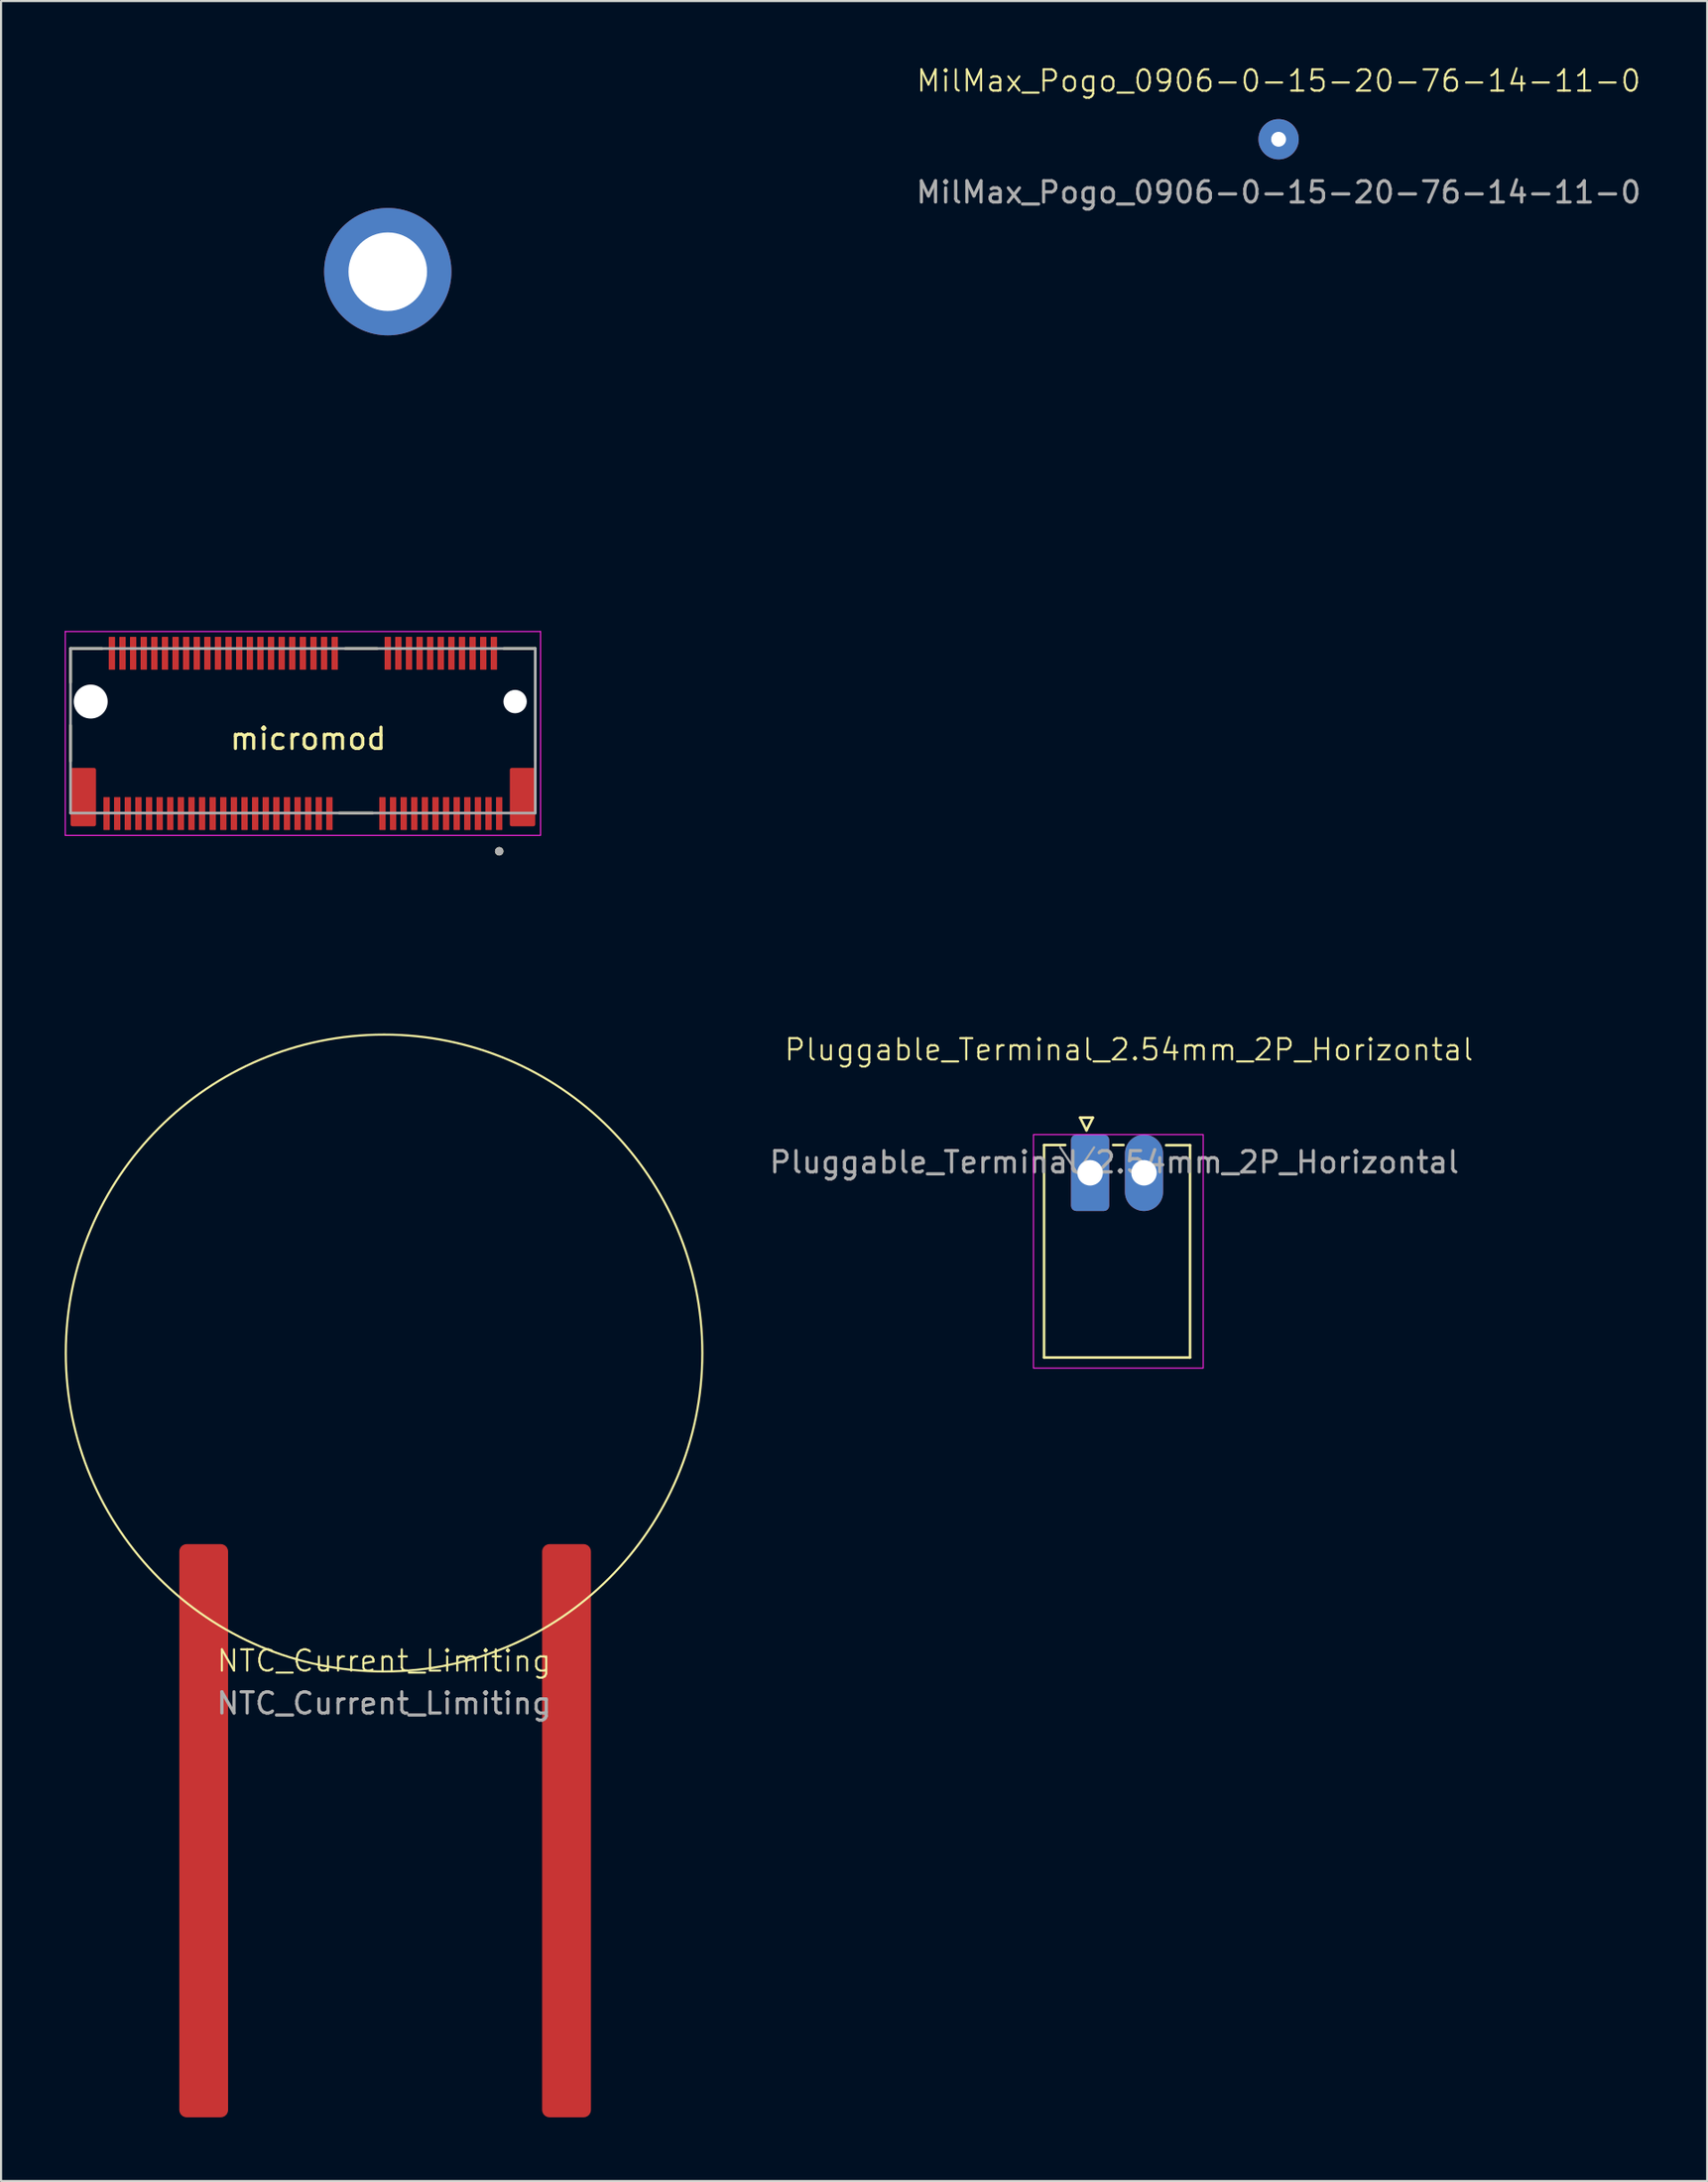
<source format=kicad_pcb>
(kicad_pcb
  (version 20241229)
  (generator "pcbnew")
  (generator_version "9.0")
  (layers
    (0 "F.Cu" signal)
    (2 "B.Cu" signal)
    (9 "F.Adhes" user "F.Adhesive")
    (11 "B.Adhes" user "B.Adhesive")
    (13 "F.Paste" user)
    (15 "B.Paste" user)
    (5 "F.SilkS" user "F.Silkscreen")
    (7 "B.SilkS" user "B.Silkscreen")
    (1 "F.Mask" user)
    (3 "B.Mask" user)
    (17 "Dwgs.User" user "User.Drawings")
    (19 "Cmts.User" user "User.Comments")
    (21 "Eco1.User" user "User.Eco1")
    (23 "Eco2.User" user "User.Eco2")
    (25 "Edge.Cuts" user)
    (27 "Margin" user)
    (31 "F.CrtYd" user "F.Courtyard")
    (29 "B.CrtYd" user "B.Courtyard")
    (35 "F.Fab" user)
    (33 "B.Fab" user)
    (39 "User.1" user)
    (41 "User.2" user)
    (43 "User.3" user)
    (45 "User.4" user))
  (footprint "NTC_Current_Limiting"
    (layer "F.Cu")
    (at 15.05 75.685)
    (property "Reference" "NTC_Current_Limiting" (at 0 -0.5 0) (unlocked yes) (layer "F.SilkS") (effects (font (size 1 1) (thickness 0.1))))
    (attr smd allow_soldermask_bridges)
    (fp_circle (center 0 -15) (end 15 -15) (stroke (width 0.1) (type solid)) (fill no) (layer "F.SilkS"))
    (fp_text user "${REFERENCE}" (at 0 1.5 0) (unlocked yes) (layer "F.Fab") (effects (font (size 1 1) (thickness 0.15))))
    (pad "1" smd roundrect (at 8.6 7.5 90) (size 27 2.3) (layers "F.Cu" "F.Mask" "F.Paste") (roundrect_rratio 0.15))
    (pad "2" smd roundrect (at -8.5 7.5 90) (size 27 2.3) (layers "F.Cu" "F.Mask" "F.Paste") (roundrect_rratio 0.15)))
  (footprint "micromod"
    (layer "F.Cu")
    (at 11.225 21.748)
    (property "Reference" "micromod" (at 0.25 10 0) (unlocked yes) (layer "F.SilkS") (effects (font (size 1 1) (thickness 0.15))))
    (attr smd)
    (fp_line (start -10.95 5.75) (end -10.95 7.35) (stroke (width 0.127) (type solid)) (layer "F.SilkS"))
    (fp_line (start -10.95 11.055) (end -10.95 9.37) (stroke (width 0.127) (type solid)) (layer "F.SilkS"))
    (fp_line (start -9.47 5.75) (end -10.95 5.75) (stroke (width 0.127) (type solid)) (layer "F.SilkS"))
    (fp_line (start 3.28 13.5) (end 1.72 13.5) (stroke (width 0.127) (type solid)) (layer "F.SilkS"))
    (fp_line (start 3.5 5.75) (end 2 5.75) (stroke (width 0.127) (type solid)) (layer "F.SilkS"))
    (fp_line (start 10.95 5.75) (end 9.47 5.75) (stroke (width 0.127) (type solid)) (layer "F.SilkS"))
    (fp_line (start 10.95 5.75) (end 10.95 11.055) (stroke (width 0.127) (type solid)) (layer "F.SilkS"))
    (fp_circle (center 9.25 15.3) (end 9.15 15.3) (stroke (width 0.2) (type solid)) (fill no) (layer "F.SilkS"))
    (fp_line (start -11.2 4.95) (end -11.2 14.55) (stroke (width 0.05) (type solid)) (layer "F.CrtYd"))
    (fp_line (start -11.2 14.55) (end 11.2 14.55) (stroke (width 0.05) (type solid)) (layer "F.CrtYd"))
    (fp_line (start 11.2 4.95) (end -11.2 4.95) (stroke (width 0.05) (type solid)) (layer "F.CrtYd"))
    (fp_line (start 11.2 14.55) (end 11.2 4.95) (stroke (width 0.05) (type solid)) (layer "F.CrtYd"))
    (fp_line (start -10.95 5.75) (end 10.95 5.75) (stroke (width 0.127) (type solid)) (layer "F.Fab"))
    (fp_line (start -10.95 13.5) (end -10.95 5.75) (stroke (width 0.127) (type solid)) (layer "F.Fab"))
    (fp_line (start 10.95 5.75) (end 10.95 13.5) (stroke (width 0.127) (type solid)) (layer "F.Fab"))
    (fp_line (start 10.95 13.5) (end -10.95 13.5) (stroke (width 0.127) (type solid)) (layer "F.Fab"))
    (fp_circle (center 9.25 15.3) (end 9.15 15.3) (stroke (width 0.2) (type solid)) (fill no) (layer "F.Fab"))
    (fp_line (start 10 -12) (end 0 -12) (stroke (width 0.1) (type default)) (layer "User.1"))
    (dimension (type aligned) (layer "User.1") (pts (xy 11.225 9.748) (xy 15.225 9.748)) (height -7.75) (format (prefix "") (suffix "") (units 3) (units_format 1) (precision 4)) (style (thickness 0.1) (arrow_length 1.27) (text_position_mode 0) (arrow_direction outward) (extension_height 0.586) (extension_offset 0.5) (keep_text_aligned yes)) (gr_text "4.0000 mm" (at 13.225 0.848 0) (layer "User.1") (effects (font (size 1 1) (thickness 0.15)))))
    (dimension (type aligned) (layer "User.1") (pts (xy 21.225 29.998) (xy 21.225 31.748)) (height -8.5) (format (prefix "") (suffix "") (units 3) (units_format 1) (precision 4)) (style (thickness 0.1) (arrow_length 1.27) (text_position_mode 0) (arrow_direction outward) (extension_height 0.586) (extension_offset 0.5) (keep_text_aligned yes)) (gr_text "1.7500 mm" (at 28.575 30.873 90) (layer "User.1") (effects (font (size 1 1) (thickness 0.15)))))
    (dimension (type aligned) (layer "User.1") (pts (xy 21.225 29.998) (xy 1.225 29.998)) (height -12) (format (prefix "") (suffix "") (units 3) (units_format 1) (precision 4)) (style (thickness 0.1) (arrow_length 1.27) (text_position_mode 0) (arrow_direction outward) (extension_height 0.586) (extension_offset 0.5) (keep_text_aligned yes)) (gr_text "20.0000 mm" (at 11.225 40.848 0) (layer "User.1") (effects (font (size 1 1) (thickness 0.15)))))
    (dimension (type aligned) (layer "User.1") (pts (xy 21.225 31.748) (xy 21.225 9.748)) (height 12) (format (prefix "") (suffix "") (units 3) (units_format 1) (precision 4)) (style (thickness 0.1) (arrow_length 1.27) (text_position_mode 0) (arrow_direction outward) (extension_height 0.586) (extension_offset 0.5) (keep_text_aligned yes)) (gr_text "22.0000 mm" (at 32.075 20.748 90) (layer "User.1") (effects (font (size 1 1) (thickness 0.15)))))
    (pad "" np_thru_hole circle (at -10 8.25 180) (size 1.6 1.6) (drill 1.6) (layers "*.Cu" "*.Mask"))
    (pad "" np_thru_hole circle (at 10 8.25 180) (size 1.1 1.1) (drill 1.1) (layers "*.Cu" "*.Mask"))
    (pad "1" smd roundrect (at 9.25 13.525 180) (size 0.3 1.55) (layers "F.Cu" "F.Mask" "F.Paste") (roundrect_rratio 0.075))
    (pad "2" smd roundrect (at 9 5.975 180) (size 0.3 1.55) (layers "F.Cu" "F.Mask" "F.Paste") (roundrect_rratio 0.075))
    (pad "3" smd roundrect (at 8.75 13.525 180) (size 0.3 1.55) (layers "F.Cu" "F.Mask" "F.Paste") (roundrect_rratio 0.075))
    (pad "4" smd roundrect (at 8.5 5.975 180) (size 0.3 1.55) (layers "F.Cu" "F.Mask" "F.Paste") (roundrect_rratio 0.075))
    (pad "5" smd roundrect (at 8.25 13.525 180) (size 0.3 1.55) (layers "F.Cu" "F.Mask" "F.Paste") (roundrect_rratio 0.075))
    (pad "6" smd roundrect (at 8 5.975 180) (size 0.3 1.55) (layers "F.Cu" "F.Mask" "F.Paste") (roundrect_rratio 0.075))
    (pad "7" smd roundrect (at 7.75 13.525 180) (size 0.3 1.55) (layers "F.Cu" "F.Mask" "F.Paste") (roundrect_rratio 0.075))
    (pad "8" smd roundrect (at 7.5 5.975 180) (size 0.3 1.55) (layers "F.Cu" "F.Mask" "F.Paste") (roundrect_rratio 0.075))
    (pad "9" smd roundrect (at 7.25 13.525 180) (size 0.3 1.55) (layers "F.Cu" "F.Mask" "F.Paste") (roundrect_rratio 0.075))
    (pad "10" smd roundrect (at 7 5.975 180) (size 0.3 1.55) (layers "F.Cu" "F.Mask" "F.Paste") (roundrect_rratio 0.075))
    (pad "11" smd roundrect (at 6.75 13.525 180) (size 0.3 1.55) (layers "F.Cu" "F.Mask" "F.Paste") (roundrect_rratio 0.075))
    (pad "12" smd roundrect (at 6.5 5.975 180) (size 0.3 1.55) (layers "F.Cu" "F.Mask" "F.Paste") (roundrect_rratio 0.075))
    (pad "13" smd roundrect (at 6.25 13.525 180) (size 0.3 1.55) (layers "F.Cu" "F.Mask" "F.Paste") (roundrect_rratio 0.075))
    (pad "14" smd roundrect (at 6 5.975 180) (size 0.3 1.55) (layers "F.Cu" "F.Mask" "F.Paste") (roundrect_rratio 0.075))
    (pad "15" smd roundrect (at 5.75 13.525 180) (size 0.3 1.55) (layers "F.Cu" "F.Mask" "F.Paste") (roundrect_rratio 0.075))
    (pad "16" smd roundrect (at 5.5 5.975 180) (size 0.3 1.55) (layers "F.Cu" "F.Mask" "F.Paste") (roundrect_rratio 0.075))
    (pad "17" smd roundrect (at 5.25 13.525 180) (size 0.3 1.55) (layers "F.Cu" "F.Mask" "F.Paste") (roundrect_rratio 0.075))
    (pad "18" smd roundrect (at 5 5.975 180) (size 0.3 1.55) (layers "F.Cu" "F.Mask" "F.Paste") (roundrect_rratio 0.075))
    (pad "19" smd roundrect (at 4.75 13.525 180) (size 0.3 1.55) (layers "F.Cu" "F.Mask" "F.Paste") (roundrect_rratio 0.075))
    (pad "20" smd roundrect (at 4.5 5.975 180) (size 0.3 1.55) (layers "F.Cu" "F.Mask" "F.Paste") (roundrect_rratio 0.075))
    (pad "21" smd roundrect (at 4.25 13.525 180) (size 0.3 1.55) (layers "F.Cu" "F.Mask" "F.Paste") (roundrect_rratio 0.075))
    (pad "22" smd roundrect (at 4 5.975 180) (size 0.3 1.55) (layers "F.Cu" "F.Mask" "F.Paste") (roundrect_rratio 0.075))
    (pad "23" smd roundrect (at 3.75 13.525 180) (size 0.3 1.55) (layers "F.Cu" "F.Mask" "F.Paste") (roundrect_rratio 0.075))
    (pad "32" smd roundrect (at 1.5 5.975 180) (size 0.3 1.55) (layers "F.Cu" "F.Mask" "F.Paste") (roundrect_rratio 0.075))
    (pad "33" smd roundrect (at 1.25 13.525 180) (size 0.3 1.55) (layers "F.Cu" "F.Mask" "F.Paste") (roundrect_rratio 0.075))
    (pad "34" smd roundrect (at 1 5.975 180) (size 0.3 1.55) (layers "F.Cu" "F.Mask" "F.Paste") (roundrect_rratio 0.075))
    (pad "35" smd roundrect (at 0.75 13.525 180) (size 0.3 1.55) (layers "F.Cu" "F.Mask" "F.Paste") (roundrect_rratio 0.075))
    (pad "36" smd roundrect (at 0.5 5.975 180) (size 0.3 1.55) (layers "F.Cu" "F.Mask" "F.Paste") (roundrect_rratio 0.075))
    (pad "37" smd roundrect (at 0.25 13.525 180) (size 0.3 1.55) (layers "F.Cu" "F.Mask" "F.Paste") (roundrect_rratio 0.075))
    (pad "38" smd roundrect (at 0 5.975 180) (size 0.3 1.55) (layers "F.Cu" "F.Mask" "F.Paste") (roundrect_rratio 0.075))
    (pad "39" smd roundrect (at -0.25 13.525 180) (size 0.3 1.55) (layers "F.Cu" "F.Mask" "F.Paste") (roundrect_rratio 0.075))
    (pad "40" smd roundrect (at -0.5 5.975 180) (size 0.3 1.55) (layers "F.Cu" "F.Mask" "F.Paste") (roundrect_rratio 0.075))
    (pad "41" smd roundrect (at -0.75 13.525 180) (size 0.3 1.55) (layers "F.Cu" "F.Mask" "F.Paste") (roundrect_rratio 0.075))
    (pad "42" smd roundrect (at -1 5.975 180) (size 0.3 1.55) (layers "F.Cu" "F.Mask" "F.Paste") (roundrect_rratio 0.075))
    (pad "43" smd roundrect (at -1.25 13.525 180) (size 0.3 1.55) (layers "F.Cu" "F.Mask" "F.Paste") (roundrect_rratio 0.075))
    (pad "44" smd roundrect (at -1.5 5.975 180) (size 0.3 1.55) (layers "F.Cu" "F.Mask" "F.Paste") (roundrect_rratio 0.075))
    (pad "45" smd roundrect (at -1.75 13.525 180) (size 0.3 1.55) (layers "F.Cu" "F.Mask" "F.Paste") (roundrect_rratio 0.075))
    (pad "46" smd roundrect (at -2 5.975 180) (size 0.3 1.55) (layers "F.Cu" "F.Mask" "F.Paste") (roundrect_rratio 0.075))
    (pad "47" smd roundrect (at -2.25 13.525 180) (size 0.3 1.55) (layers "F.Cu" "F.Mask" "F.Paste") (roundrect_rratio 0.075))
    (pad "48" smd roundrect (at -2.5 5.975 180) (size 0.3 1.55) (layers "F.Cu" "F.Mask" "F.Paste") (roundrect_rratio 0.075))
    (pad "49" smd roundrect (at -2.75 13.525 180) (size 0.3 1.55) (layers "F.Cu" "F.Mask" "F.Paste") (roundrect_rratio 0.075))
    (pad "50" smd roundrect (at -3 5.975 180) (size 0.3 1.55) (layers "F.Cu" "F.Mask" "F.Paste") (roundrect_rratio 0.075))
    (pad "51" smd roundrect (at -3.25 13.525 180) (size 0.3 1.55) (layers "F.Cu" "F.Mask" "F.Paste") (roundrect_rratio 0.075))
    (pad "52" smd roundrect (at -3.5 5.975 180) (size 0.3 1.55) (layers "F.Cu" "F.Mask" "F.Paste") (roundrect_rratio 0.075))
    (pad "53" smd roundrect (at -3.75 13.525 180) (size 0.3 1.55) (layers "F.Cu" "F.Mask" "F.Paste") (roundrect_rratio 0.075))
    (pad "54" smd roundrect (at -4 5.975 180) (size 0.3 1.55) (layers "F.Cu" "F.Mask" "F.Paste") (roundrect_rratio 0.075))
    (pad "55" smd roundrect (at -4.25 13.525 180) (size 0.3 1.55) (layers "F.Cu" "F.Mask" "F.Paste") (roundrect_rratio 0.075))
    (pad "56" smd roundrect (at -4.5 5.975 180) (size 0.3 1.55) (layers "F.Cu" "F.Mask" "F.Paste") (roundrect_rratio 0.075))
    (pad "57" smd roundrect (at -4.75 13.525 180) (size 0.3 1.55) (layers "F.Cu" "F.Mask" "F.Paste") (roundrect_rratio 0.075))
    (pad "58" smd roundrect (at -5 5.975 180) (size 0.3 1.55) (layers "F.Cu" "F.Mask" "F.Paste") (roundrect_rratio 0.075))
    (pad "59" smd roundrect (at -5.25 13.525 180) (size 0.3 1.55) (layers "F.Cu" "F.Mask" "F.Paste") (roundrect_rratio 0.075))
    (pad "60" smd roundrect (at -5.5 5.975 180) (size 0.3 1.55) (layers "F.Cu" "F.Mask" "F.Paste") (roundrect_rratio 0.075))
    (pad "61" smd roundrect (at -5.75 13.525 180) (size 0.3 1.55) (layers "F.Cu" "F.Mask" "F.Paste") (roundrect_rratio 0.075))
    (pad "62" smd roundrect (at -6 5.975 180) (size 0.3 1.55) (layers "F.Cu" "F.Mask" "F.Paste") (roundrect_rratio 0.075))
    (pad "63" smd roundrect (at -6.25 13.525 180) (size 0.3 1.55) (layers "F.Cu" "F.Mask" "F.Paste") (roundrect_rratio 0.075))
    (pad "64" smd roundrect (at -6.5 5.975 180) (size 0.3 1.55) (layers "F.Cu" "F.Mask" "F.Paste") (roundrect_rratio 0.075))
    (pad "65" smd roundrect (at -6.75 13.525 180) (size 0.3 1.55) (layers "F.Cu" "F.Mask" "F.Paste") (roundrect_rratio 0.075))
    (pad "66" smd roundrect (at -7 5.975 180) (size 0.3 1.55) (layers "F.Cu" "F.Mask" "F.Paste") (roundrect_rratio 0.075))
    (pad "67" smd roundrect (at -7.25 13.525 180) (size 0.3 1.55) (layers "F.Cu" "F.Mask" "F.Paste") (roundrect_rratio 0.075))
    (pad "68" smd roundrect (at -7.5 5.975 180) (size 0.3 1.55) (layers "F.Cu" "F.Mask" "F.Paste") (roundrect_rratio 0.075))
    (pad "69" smd roundrect (at -7.75 13.525 180) (size 0.3 1.55) (layers "F.Cu" "F.Mask" "F.Paste") (roundrect_rratio 0.075))
    (pad "70" smd roundrect (at -8 5.975 180) (size 0.3 1.55) (layers "F.Cu" "F.Mask" "F.Paste") (roundrect_rratio 0.075))
    (pad "71" smd roundrect (at -8.25 13.525 180) (size 0.3 1.55) (layers "F.Cu" "F.Mask" "F.Paste") (roundrect_rratio 0.075))
    (pad "72" smd roundrect (at -8.5 5.975 180) (size 0.3 1.55) (layers "F.Cu" "F.Mask" "F.Paste") (roundrect_rratio 0.075))
    (pad "73" smd roundrect (at -8.75 13.525 180) (size 0.3 1.55) (layers "F.Cu" "F.Mask" "F.Paste") (roundrect_rratio 0.075))
    (pad "74" smd roundrect (at -9 5.975 180) (size 0.3 1.55) (layers "F.Cu" "F.Mask" "F.Paste") (roundrect_rratio 0.075))
    (pad "75" smd roundrect (at -9.25 13.525 180) (size 0.3 1.55) (layers "F.Cu" "F.Mask" "F.Paste") (roundrect_rratio 0.075))
    (pad "S1" smd roundrect (at 10.35 12.75 180) (size 1.2 2.75) (layers "F.Cu" "F.Mask" "F.Paste") (roundrect_rratio 0.075))
    (pad "S2" smd roundrect (at -10.35 12.75 180) (size 1.2 2.75) (layers "F.Cu" "F.Mask" "F.Paste") (roundrect_rratio 0.075))
    (pad "S3" thru_hole circle (at 4 -12) (size 6 6) (drill 3.7) (layers "*.Cu" "*.Mask")))
  (footprint "Pluggable_Terminal_2.54mm_2P_Horizontal"
    (layer "F.Cu")
    (at 50.153 46.895)
    (property "Reference" "Pluggable_Terminal_2.54mm_2P_Horizontal" (at 0 -0.5 0) (unlocked yes) (layer "F.SilkS") (effects (font (size 1 1) (thickness 0.1))))
    (attr through_hole)
    (fp_line (start -4 3.99) (end -3 3.99) (stroke (width 0.12) (type solid)) (layer "F.SilkS"))
    (fp_line (start -4 4) (end -4 14) (stroke (width 0.12) (type solid)) (layer "F.SilkS"))
    (fp_line (start -4 14) (end 2.88 14) (stroke (width 0.12) (type solid)) (layer "F.SilkS"))
    (fp_line (start -2.3 2.7) (end -1.7 2.7) (stroke (width 0.12) (type solid)) (layer "F.SilkS"))
    (fp_line (start -2 3.3) (end -2.3 2.7) (stroke (width 0.12) (type solid)) (layer "F.SilkS"))
    (fp_line (start -1.7 2.7) (end -2 3.3) (stroke (width 0.12) (type solid)) (layer "F.SilkS"))
    (fp_line (start -0.745 3.99) (end -0.255 3.99) (stroke (width 0.12) (type solid)) (layer "F.SilkS"))
    (fp_line (start 2.88 4) (end 1.75 4) (stroke (width 0.12) (type solid)) (layer "F.SilkS"))
    (fp_line (start 2.88 14) (end 2.88 4) (stroke (width 0.12) (type solid)) (layer "F.SilkS"))
    (fp_rect (start -4.5 3.5) (end 3.5 14.5) (stroke (width 0.05) (type default)) (fill no) (layer "F.CrtYd"))
    (fp_line (start -2.44 5.3) (end -3.24 4.1) (stroke (width 0.1) (type solid)) (layer "F.Fab"))
    (fp_line (start -1.64 4.1) (end -2.44 5.3) (stroke (width 0.1) (type solid)) (layer "F.Fab"))
    (fp_text user "${REFERENCE}" (at -0.69 4.8 0) (layer "F.Fab") (effects (font (size 1 1) (thickness 0.15))))
    (pad "1" thru_hole roundrect (at -1.83 5.3) (size 1.8 3.6) (drill 1.2) (layers "*.Cu" "*.Mask") (roundrect_rratio 0.139))
    (pad "2" thru_hole oval (at 0.71 5.3) (size 1.8 3.6) (drill 1.2) (layers "*.Cu" "*.Mask")))
  (footprint "MilMax_Pogo_0906-0-15-20-76-14-11-0"
    (layer "F.Cu")
    (at 57.206 3.51)
    (property "Reference" "MilMax_Pogo_0906-0-15-20-76-14-11-0" (at 0 -2.75 0) (unlocked yes) (layer "F.SilkS") (effects (font (size 1 1) (thickness 0.1))))
    (attr through_hole)
    (fp_text user "${REFERENCE}" (at 0 2.5 0) (unlocked yes) (layer "F.Fab") (effects (font (size 1 1) (thickness 0.15))))
    (pad "1" thru_hole circle (at 0 0) (size 1.9 1.9) (drill 0.7) (layers "*.Cu" "*.Mask")))
  (gr_rect
    (start -3 -3)
    (end 77.402 99.685)
    (stroke (width 0.1) (type default))
    (fill no)
    (layer "Edge.Cuts")))
</source>
